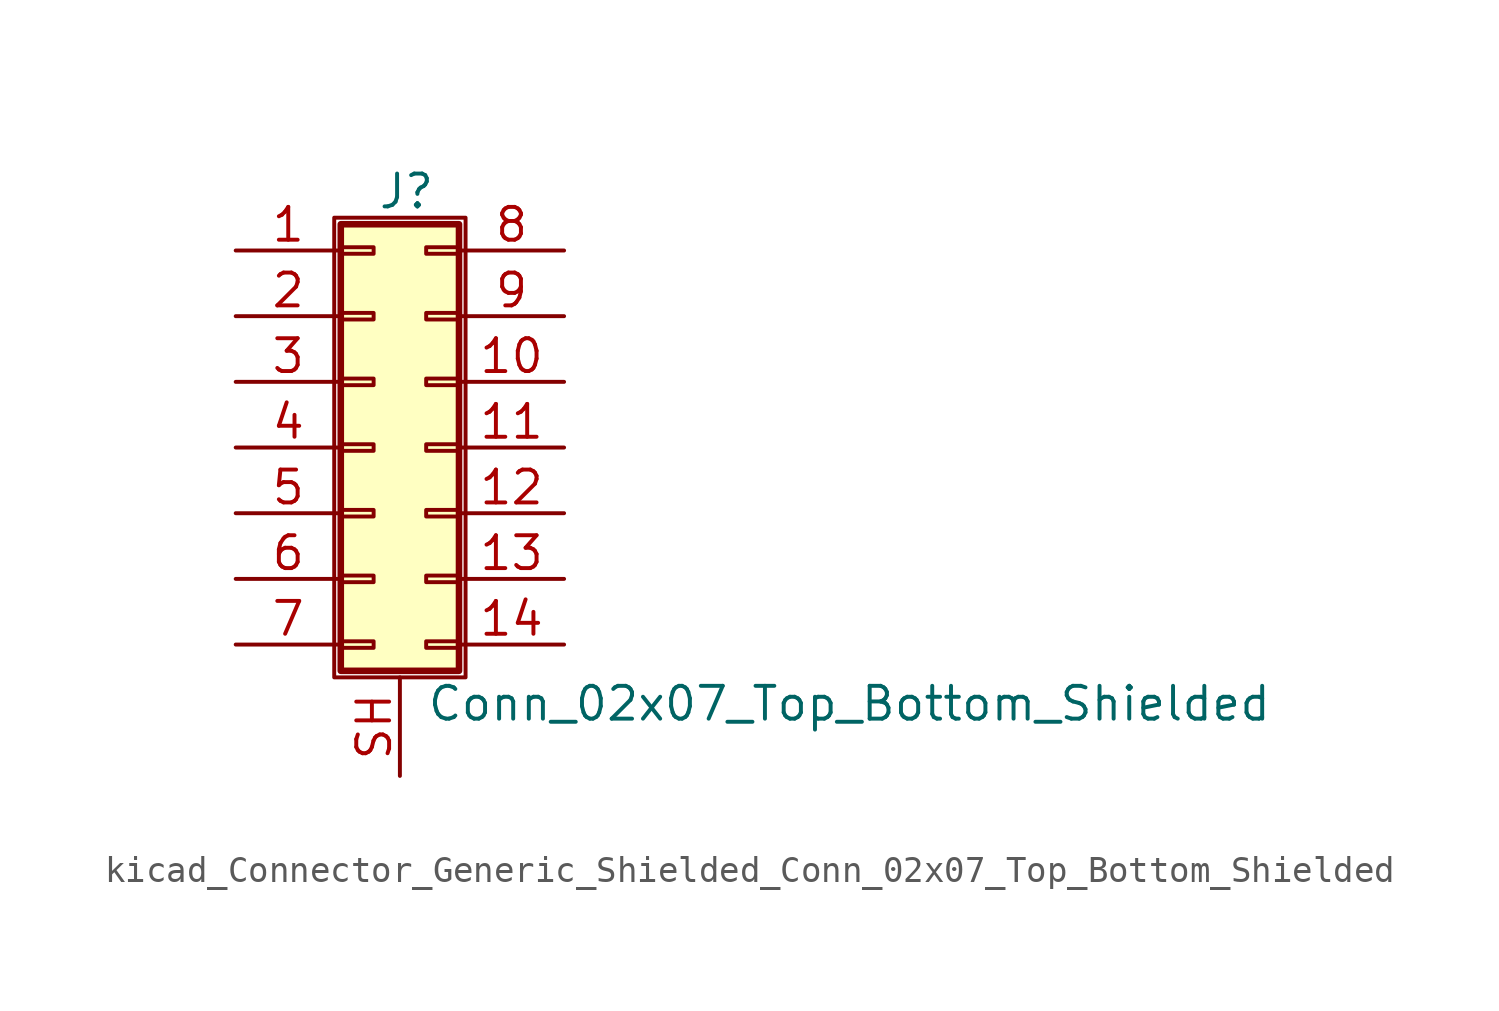
<source format=kicad_sym>
(kicad_symbol_lib
  (version 20220914)
  (generator kicad_symbol_editor)
  (symbol "kicad_Connector_Generic_Shielded_Conn_02x07_Top_Bottom_Shielded"
    (pin_names
      (offset 1.016) hide)
    (property "Reference" "J"
      (at 1.524 9.906 0)
      (effects (font (size 1.27 1.27))))
    (property "Value" "Conn_02x07_Top_Bottom_Shielded"
      (at 2.286 -9.906 0)
      (effects (font (size 1.27 1.27)) (justify left)))
    (symbol "kicad_Connector_Generic_Shielded_Conn_02x07_Top_Bottom_Shielded_1_1"
      (rectangle (start -1.27 8.89) (end 3.81 -8.89) (stroke (width 0.152) (type default)) (fill (type none)))
      (rectangle (start -1.016 -7.493) (end 0.254 -7.747) (stroke (width 0.152) (type default)) (fill (type none)))
      (rectangle (start -1.016 -4.953) (end 0.254 -5.207) (stroke (width 0.152) (type default)) (fill (type none)))
      (rectangle (start -1.016 -2.413) (end 0.254 -2.667) (stroke (width 0.152) (type default)) (fill (type none)))
      (rectangle (start -1.016 0.127) (end 0.254 -0.127) (stroke (width 0.152) (type default)) (fill (type none)))
      (rectangle (start -1.016 2.667) (end 0.254 2.413) (stroke (width 0.152) (type default)) (fill (type none)))
      (rectangle (start -1.016 5.207) (end 0.254 4.953) (stroke (width 0.152) (type default)) (fill (type none)))
      (rectangle (start -1.016 7.747) (end 0.254 7.493) (stroke (width 0.152) (type default)) (fill (type none)))
      (rectangle (start -1.016 8.636) (end 3.556 -8.636) (stroke (width 0.254) (type default)) (fill (type background)))
      (rectangle (start 3.556 -7.493) (end 2.286 -7.747) (stroke (width 0.152) (type default)) (fill (type none)))
      (rectangle (start 3.556 -4.953) (end 2.286 -5.207) (stroke (width 0.152) (type default)) (fill (type none)))
      (rectangle (start 3.556 -2.413) (end 2.286 -2.667) (stroke (width 0.152) (type default)) (fill (type none)))
      (rectangle (start 3.556 0.127) (end 2.286 -0.127) (stroke (width 0.152) (type default)) (fill (type none)))
      (rectangle (start 3.556 2.667) (end 2.286 2.413) (stroke (width 0.152) (type default)) (fill (type none)))
      (rectangle (start 3.556 5.207) (end 2.286 4.953) (stroke (width 0.152) (type default)) (fill (type none)))
      (rectangle (start 3.556 7.747) (end 2.286 7.493) (stroke (width 0.152) (type default)) (fill (type none)))
      (pin passive line (at -5.08 7.62 0) (length 4.064) (name "Pin_1" (effects (font (size 1.27 1.27)))) (number "1" (effects (font (size 1.27 1.27)))))
      (pin passive line (at 7.62 2.54 180) (length 4.064) (name "Pin_10" (effects (font (size 1.27 1.27)))) (number "10" (effects (font (size 1.27 1.27)))))
      (pin passive line (at 7.62 0 180) (length 4.064) (name "Pin_11" (effects (font (size 1.27 1.27)))) (number "11" (effects (font (size 1.27 1.27)))))
      (pin passive line (at 7.62 -2.54 180) (length 4.064) (name "Pin_12" (effects (font (size 1.27 1.27)))) (number "12" (effects (font (size 1.27 1.27)))))
      (pin passive line (at 7.62 -5.08 180) (length 4.064) (name "Pin_13" (effects (font (size 1.27 1.27)))) (number "13" (effects (font (size 1.27 1.27)))))
      (pin passive line (at 7.62 -7.62 180) (length 4.064) (name "Pin_14" (effects (font (size 1.27 1.27)))) (number "14" (effects (font (size 1.27 1.27)))))
      (pin passive line (at -5.08 5.08 0) (length 4.064) (name "Pin_2" (effects (font (size 1.27 1.27)))) (number "2" (effects (font (size 1.27 1.27)))))
      (pin passive line (at -5.08 2.54 0) (length 4.064) (name "Pin_3" (effects (font (size 1.27 1.27)))) (number "3" (effects (font (size 1.27 1.27)))))
      (pin passive line (at -5.08 0 0) (length 4.064) (name "Pin_4" (effects (font (size 1.27 1.27)))) (number "4" (effects (font (size 1.27 1.27)))))
      (pin passive line (at -5.08 -2.54 0) (length 4.064) (name "Pin_5" (effects (font (size 1.27 1.27)))) (number "5" (effects (font (size 1.27 1.27)))))
      (pin passive line (at -5.08 -5.08 0) (length 4.064) (name "Pin_6" (effects (font (size 1.27 1.27)))) (number "6" (effects (font (size 1.27 1.27)))))
      (pin passive line (at -5.08 -7.62 0) (length 4.064) (name "Pin_7" (effects (font (size 1.27 1.27)))) (number "7" (effects (font (size 1.27 1.27)))))
      (pin passive line (at 7.62 7.62 180) (length 4.064) (name "Pin_8" (effects (font (size 1.27 1.27)))) (number "8" (effects (font (size 1.27 1.27)))))
      (pin passive line (at 7.62 5.08 180) (length 4.064) (name "Pin_9" (effects (font (size 1.27 1.27)))) (number "9" (effects (font (size 1.27 1.27)))))
      (pin passive line (at 1.27 -12.7 90) (length 3.81) (name "Shield" (effects (font (size 1.27 1.27)))) (number "SH" (effects (font (size 1.27 1.27))))))))
</source>
